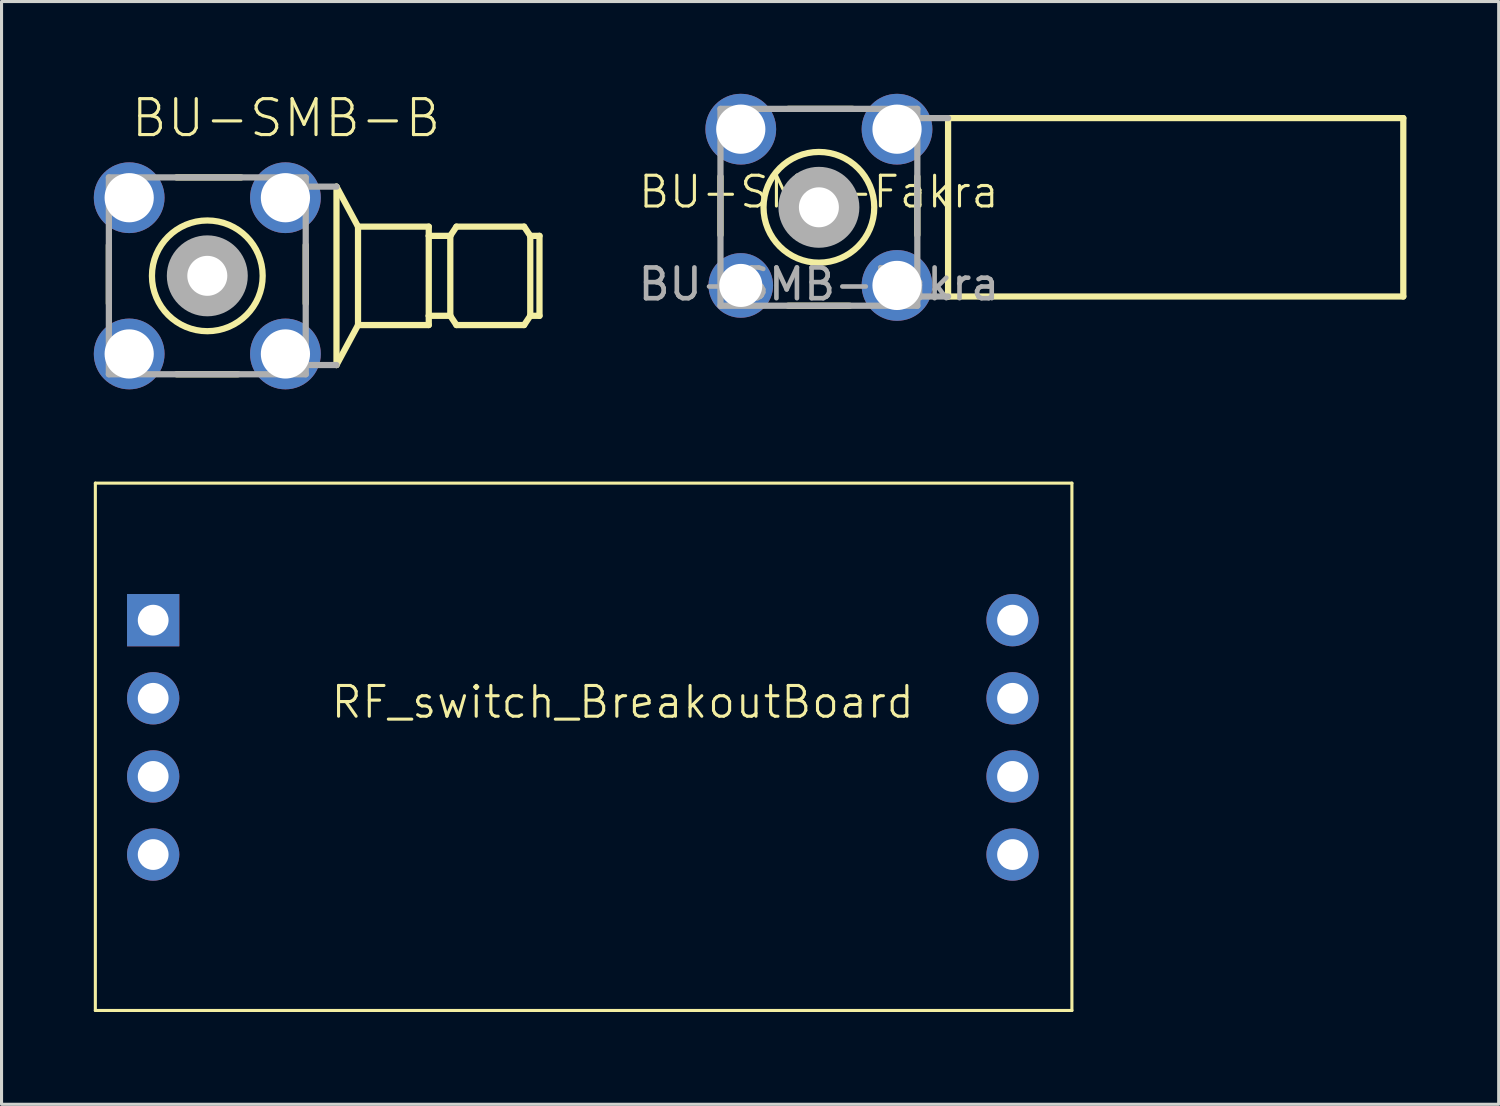
<source format=kicad_pcb>
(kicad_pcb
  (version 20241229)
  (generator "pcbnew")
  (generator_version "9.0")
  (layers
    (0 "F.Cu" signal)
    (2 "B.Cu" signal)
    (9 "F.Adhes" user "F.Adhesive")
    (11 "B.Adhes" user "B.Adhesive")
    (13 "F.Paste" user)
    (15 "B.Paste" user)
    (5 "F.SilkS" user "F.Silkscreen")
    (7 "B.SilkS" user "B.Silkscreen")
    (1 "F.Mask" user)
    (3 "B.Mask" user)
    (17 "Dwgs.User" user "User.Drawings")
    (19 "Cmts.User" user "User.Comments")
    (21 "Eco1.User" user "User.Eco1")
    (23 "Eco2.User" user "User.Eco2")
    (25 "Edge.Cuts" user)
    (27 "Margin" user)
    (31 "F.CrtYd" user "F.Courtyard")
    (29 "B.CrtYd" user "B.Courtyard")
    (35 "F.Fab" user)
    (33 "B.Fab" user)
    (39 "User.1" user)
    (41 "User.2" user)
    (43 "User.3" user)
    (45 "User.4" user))
  (footprint "RF_switch_BreakoutBoard"
    (layer "F.Cu")
    (at 17.195 20.278)
    (property "Reference" "RF_switch_BreakoutBoard" (at 0 -0.5 0) (unlocked yes) (layer "F.SilkS") (effects (font (size 1 1) (thickness 0.1))))
    (attr through_hole)
    (fp_line (start -17.145 -7.62) (end 14.605 -7.62) (stroke (width 0.1) (type default)) (layer "F.SilkS"))
    (fp_line (start -17.145 9.525) (end -17.145 -7.62) (stroke (width 0.1) (type default)) (layer "F.SilkS"))
    (fp_line (start 14.605 -7.62) (end 14.605 9.525) (stroke (width 0.1) (type default)) (layer "F.SilkS"))
    (fp_line (start 14.605 9.525) (end -17.145 9.525) (stroke (width 0.1) (type default)) (layer "F.SilkS"))
    (pad "1" thru_hole rect (at -15.265 -3.165 180) (size 1.7 1.7) (drill 1) (layers "*.Cu" "*.Mask"))
    (pad "2" thru_hole oval (at -15.265 -0.625 180) (size 1.7 1.7) (drill 1) (layers "*.Cu" "*.Mask"))
    (pad "3" thru_hole oval (at -15.265 1.915 180) (size 1.7 1.7) (drill 1) (layers "*.Cu" "*.Mask"))
    (pad "4" thru_hole oval (at -15.265 4.455 180) (size 1.7 1.7) (drill 1) (layers "*.Cu" "*.Mask"))
    (pad "5" thru_hole oval (at 12.675 4.455 180) (size 1.7 1.7) (drill 1) (layers "*.Cu" "*.Mask"))
    (pad "6" thru_hole oval (at 12.675 1.915 180) (size 1.7 1.7) (drill 1) (layers "*.Cu" "*.Mask"))
    (pad "7" thru_hole oval (at 12.675 -0.625 180) (size 1.7 1.7) (drill 1) (layers "*.Cu" "*.Mask"))
    (pad "8" thru_hole circle (at 12.675 -3.165 180) (size 1.7 1.7) (drill 1) (layers "*.Cu" "*.Mask")))
  (footprint "BU-SMB-B"
    (layer "F.Cu")
    (at 3.69 5.918)
    (property "Reference" "BU-SMB-B" (at -2.54 -4.445 0) (layer "F.SilkS") (effects (font (size 1.168 1.168) (thickness 0.102)) (justify left bottom)))
    (fp_line (start -3.2 0.9) (end -3.2 -1) (stroke (width 0.203) (type solid)) (layer "F.SilkS"))
    (fp_line (start -1 -3.2) (end 1.1 -3.2) (stroke (width 0.203) (type solid)) (layer "F.SilkS"))
    (fp_line (start 1 3.2) (end -1 3.2) (stroke (width 0.203) (type solid)) (layer "F.SilkS"))
    (fp_line (start 3.2 -1) (end 3.2 0.9) (stroke (width 0.203) (type solid)) (layer "F.SilkS"))
    (fp_line (start 4.2 -2.9) (end 4.2 2.9) (stroke (width 0.203) (type solid)) (layer "F.SilkS"))
    (fp_line (start 4.2 -2.9) (end 4.9 -1.6) (stroke (width 0.203) (type solid)) (layer "F.SilkS"))
    (fp_line (start 4.9 -1.6) (end 4.9 1.6) (stroke (width 0.203) (type solid)) (layer "F.SilkS"))
    (fp_line (start 4.9 -1.6) (end 7.2 -1.6) (stroke (width 0.203) (type solid)) (layer "F.SilkS"))
    (fp_line (start 4.9 1.6) (end 4.2 2.9) (stroke (width 0.203) (type solid)) (layer "F.SilkS"))
    (fp_line (start 7.2 -1.6) (end 7.2 -1.3) (stroke (width 0.203) (type solid)) (layer "F.SilkS"))
    (fp_line (start 7.2 -1.3) (end 7.2 1.3) (stroke (width 0.203) (type solid)) (layer "F.SilkS"))
    (fp_line (start 7.2 -1.3) (end 7.9 -1.3) (stroke (width 0.203) (type solid)) (layer "F.SilkS"))
    (fp_line (start 7.2 1.3) (end 7.2 1.6) (stroke (width 0.203) (type solid)) (layer "F.SilkS"))
    (fp_line (start 7.2 1.3) (end 7.9 1.3) (stroke (width 0.203) (type solid)) (layer "F.SilkS"))
    (fp_line (start 7.2 1.6) (end 4.9 1.6) (stroke (width 0.203) (type solid)) (layer "F.SilkS"))
    (fp_line (start 7.9 -1.3) (end 7.9 1.3) (stroke (width 0.203) (type solid)) (layer "F.SilkS"))
    (fp_line (start 7.9 1.3) (end 8.1 1.6) (stroke (width 0.203) (type solid)) (layer "F.SilkS"))
    (fp_line (start 8.1 -1.6) (end 7.9 -1.3) (stroke (width 0.203) (type solid)) (layer "F.SilkS"))
    (fp_line (start 8.1 1.6) (end 10.3 1.6) (stroke (width 0.203) (type solid)) (layer "F.SilkS"))
    (fp_line (start 10.3 -1.6) (end 8.1 -1.6) (stroke (width 0.203) (type solid)) (layer "F.SilkS"))
    (fp_line (start 10.3 -1.6) (end 10.5 -1.3) (stroke (width 0.203) (type solid)) (layer "F.SilkS"))
    (fp_line (start 10.5 -1.3) (end 10.5 1.3) (stroke (width 0.203) (type solid)) (layer "F.SilkS"))
    (fp_line (start 10.5 -1.3) (end 10.8 -1.3) (stroke (width 0.203) (type solid)) (layer "F.SilkS"))
    (fp_line (start 10.5 1.3) (end 10.3 1.6) (stroke (width 0.203) (type solid)) (layer "F.SilkS"))
    (fp_line (start 10.5 1.3) (end 10.8 1.3) (stroke (width 0.203) (type solid)) (layer "F.SilkS"))
    (fp_line (start 10.8 1.3) (end 10.8 -1.3) (stroke (width 0.203) (type solid)) (layer "F.SilkS"))
    (fp_circle (center 0 0) (end 1.8 0) (stroke (width 0.203) (type solid)) (fill no) (layer "F.SilkS"))
    (fp_line (start -3.2 3.2) (end 3.2 3.2) (stroke (width 0.203) (type solid)) (layer "F.Fab"))
    (fp_line (start -3.2 -3.2) (end -3.2 3.2) (stroke (width 0.203) (type solid)) (layer "F.Fab"))
    (fp_line (start 3.2 3.2) (end 3.2 -3.2) (stroke (width 0.203) (type solid)) (layer "F.Fab"))
    (fp_line (start 3.2 -3.2) (end -3.2 -3.2) (stroke (width 0.203) (type solid)) (layer "F.Fab"))
    (fp_line (start 3.3 -2.9) (end 4.2 -2.9) (stroke (width 0.203) (type solid)) (layer "F.Fab"))
    (fp_line (start 4.2 2.9) (end 3.3 2.9) (stroke (width 0.203) (type solid)) (layer "F.Fab"))
    (fp_circle (center 0 0) (end 0.3 0) (stroke (width 1.016) (type solid)) (fill no) (layer "F.Fab"))
    (pad "1" thru_hole circle (at 0 0) (size 1.85 1.85) (drill 1.3) (layers "*.Cu" "*.Mask"))
    (pad "2" thru_hole circle (at -2.54 -2.54) (size 2.3 2.3) (drill 1.6) (layers "*.Cu" "*.Mask"))
    (pad "2" thru_hole circle (at -2.54 2.54) (size 2.3 2.3) (drill 1.6) (layers "*.Cu" "*.Mask"))
    (pad "2" thru_hole circle (at 2.54 -2.54) (size 2.3 2.3) (drill 1.6) (layers "*.Cu" "*.Mask"))
    (pad "2" thru_hole circle (at 2.54 2.54) (size 2.3 2.3) (drill 1.6) (layers "*.Cu" "*.Mask")))
  (footprint "BU-SMB-Fakra"
    (layer "F.Cu")
    (at 23.574 3.69)
    (property "Reference" "BU-SMB-Fakra" (at 0 -0.5 0) (unlocked yes) (layer "F.SilkS") (effects (font (size 1 1) (thickness 0.1))))
    (attr smd)
    (fp_line (start -3.2 0.9) (end -3.2 -1) (stroke (width 0.203) (type solid)) (layer "F.SilkS"))
    (fp_line (start -1 -3.2) (end 1.1 -3.2) (stroke (width 0.203) (type solid)) (layer "F.SilkS"))
    (fp_line (start 1 3.2) (end -1 3.2) (stroke (width 0.203) (type solid)) (layer "F.SilkS"))
    (fp_line (start 3.2 -1) (end 3.2 0.9) (stroke (width 0.203) (type solid)) (layer "F.SilkS"))
    (fp_line (start 4.2 -2.9) (end 4.2 2.9) (stroke (width 0.203) (type solid)) (layer "F.SilkS"))
    (fp_line (start 4.2 -2.9) (end 19 -2.9) (stroke (width 0.203) (type solid)) (layer "F.SilkS"))
    (fp_line (start 4.2 2.9) (end 19 2.9) (stroke (width 0.203) (type solid)) (layer "F.SilkS"))
    (fp_line (start 19 -2.9) (end 19 2.9) (stroke (width 0.203) (type solid)) (layer "F.SilkS"))
    (fp_circle (center 0 0) (end 1.8 0) (stroke (width 0.203) (type solid)) (fill no) (layer "F.SilkS"))
    (fp_line (start -3.2 3.2) (end 3.2 3.2) (stroke (width 0.203) (type solid)) (layer "F.Fab"))
    (fp_line (start -3.2 -3.2) (end -3.2 3.2) (stroke (width 0.203) (type solid)) (layer "F.Fab"))
    (fp_line (start 3.2 3.2) (end 3.2 -3.2) (stroke (width 0.203) (type solid)) (layer "F.Fab"))
    (fp_line (start 3.2 -3.2) (end -3.2 -3.2) (stroke (width 0.203) (type solid)) (layer "F.Fab"))
    (fp_line (start 3.3 -2.9) (end 4.2 -2.9) (stroke (width 0.203) (type solid)) (layer "F.Fab"))
    (fp_line (start 4.2 2.9) (end 3.3 2.9) (stroke (width 0.203) (type solid)) (layer "F.Fab"))
    (fp_circle (center 0 0) (end 0.3 0) (stroke (width 1.016) (type solid)) (fill no) (layer "F.Fab"))
    (fp_text user "${REFERENCE}" (at 0 2.5 0) (unlocked yes) (layer "F.Fab") (effects (font (size 1 1) (thickness 0.15))))
    (pad "1" thru_hole circle (at 0 0) (size 1.85 1.85) (drill 1.3) (layers "*.Cu" "*.Mask"))
    (pad "2" thru_hole circle (at -2.54 -2.54) (size 2.3 2.3) (drill 1.6) (layers "*.Cu" "*.Mask"))
    (pad "2" thru_hole circle (at -2.54 2.54) (size 2.1 2.1) (drill 1.4) (layers "*.Cu" "*.Mask"))
    (pad "2" thru_hole circle (at 2.54 -2.54) (size 2.3 2.3) (drill 1.6) (layers "*.Cu" "*.Mask"))
    (pad "2" thru_hole circle (at 2.54 2.54) (size 2.3 2.3) (drill 1.6) (layers "*.Cu" "*.Mask")))
  (gr_rect
    (start -3 -3)
    (end 45.675 32.853)
    (stroke (width 0.1) (type default))
    (fill no)
    (layer "Edge.Cuts")))
</source>
